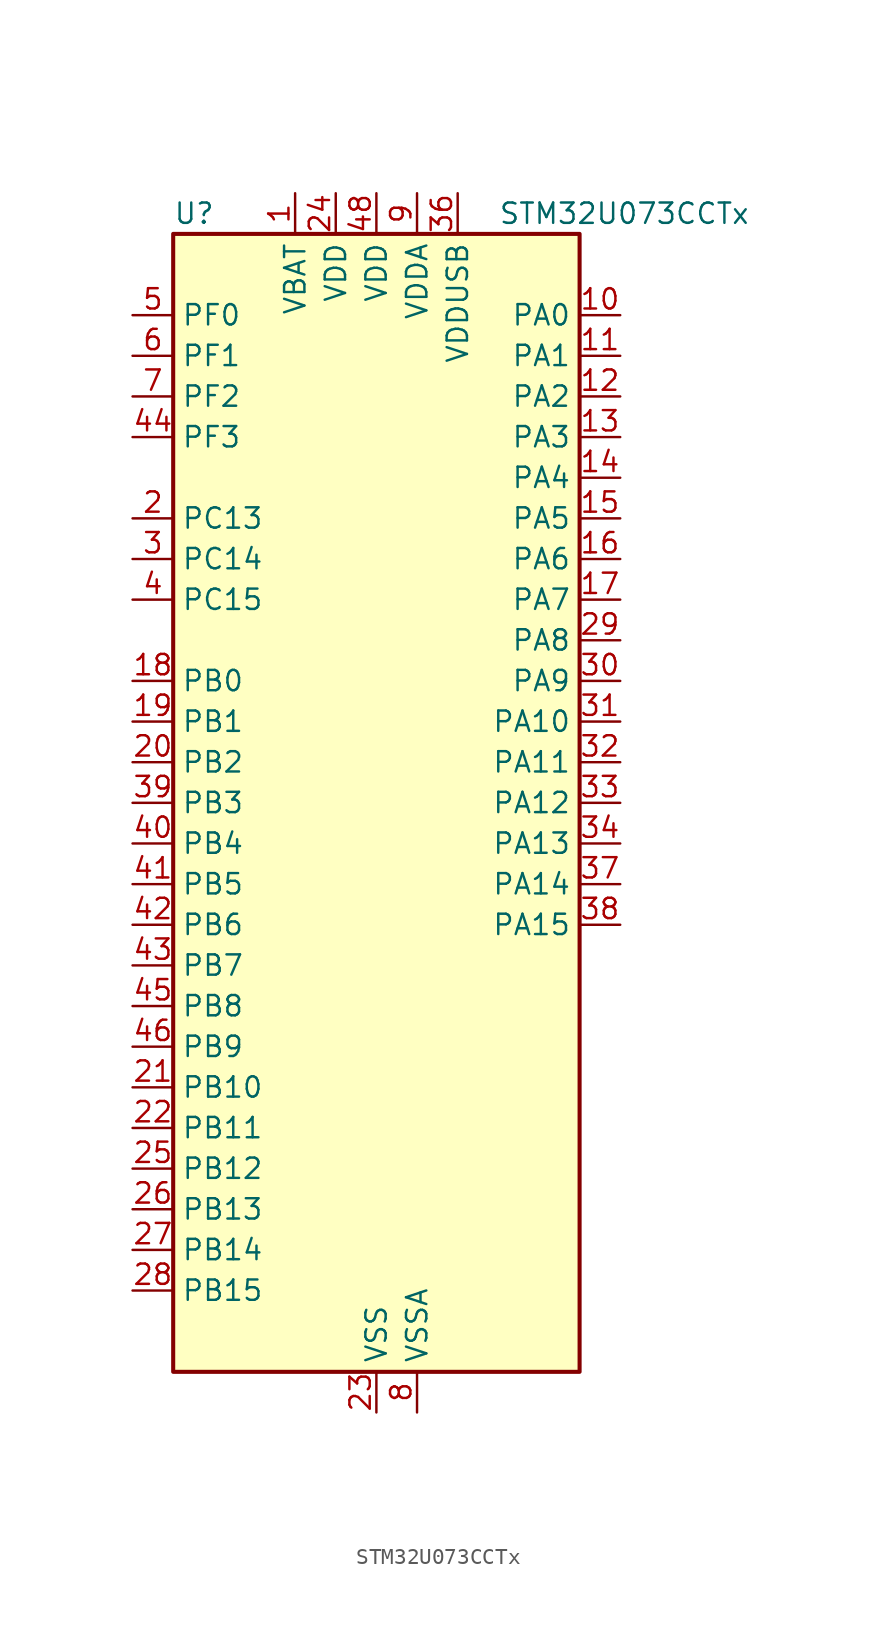
<source format=kicad_sym>
(kicad_symbol_lib
  (version 20241209)
  (generator "kicad_symbol_editor")
  (generator_version "9.0")
  (symbol "STM32U073CCTx"
    (property "Reference" "U"
      (at -12.7 36.83 0)
      (effects (font (size 1.27 1.27)) (justify left)))
    (property "Value" "STM32U073CCTx"
      (at 7.62 36.83 0)
      (effects (font (size 1.27 1.27)) (justify left)))
    (symbol "STM32U073CCTx_0_1"
      (rectangle (start -12.7 -35.56) (end 12.7 35.56) (stroke (width 0.254) (type default)) (fill (type background))))
    (symbol "STM32U073CCTx_1_1"
      (pin bidirectional line (at -15.24 30.48 0) (length 2.54) (name "PF0" (effects (font (size 1.27 1.27)))) (number "5" (effects (font (size 1.27 1.27)))) (alternate "RCC_OSC_IN" bidirectional line))
      (pin bidirectional line (at -15.24 27.94 0) (length 2.54) (name "PF1" (effects (font (size 1.27 1.27)))) (number "6" (effects (font (size 1.27 1.27)))) (alternate "RCC_OSC_EN" bidirectional line) (alternate "RCC_OSC_OUT" bidirectional line))
      (pin bidirectional line (at -15.24 25.4 0) (length 2.54) (name "PF2" (effects (font (size 1.27 1.27)))) (number "7" (effects (font (size 1.27 1.27)))) (alternate "RCC_MCO" bidirectional line))
      (pin bidirectional line (at -15.24 22.86 0) (length 2.54) (name "PF3" (effects (font (size 1.27 1.27)))) (number "44" (effects (font (size 1.27 1.27)))))
      (pin bidirectional line (at -15.24 17.78 0) (length 2.54) (name "PC13" (effects (font (size 1.27 1.27)))) (number "2" (effects (font (size 1.27 1.27)))) (alternate "LPTIM1_CH3" bidirectional line) (alternate "LPTIM3_CH3" bidirectional line) (alternate "PWR_WKUP2" bidirectional line) (alternate "RTC_OUT1" bidirectional line) (alternate "RTC_TS" bidirectional line) (alternate "TAMP_IN1" bidirectional line))
      (pin bidirectional line (at -15.24 15.24 0) (length 2.54) (name "PC14" (effects (font (size 1.27 1.27)))) (number "3" (effects (font (size 1.27 1.27)))) (alternate "RCC_OSC32_IN" bidirectional line))
      (pin bidirectional line (at -15.24 12.7 0) (length 2.54) (name "PC15" (effects (font (size 1.27 1.27)))) (number "4" (effects (font (size 1.27 1.27)))) (alternate "RCC_OSC32_EN" bidirectional line) (alternate "RCC_OSC32_OUT" bidirectional line) (alternate "RCC_OSC_EN" bidirectional line))
      (pin bidirectional line (at -15.24 7.62 0) (length 2.54) (name "PB0" (effects (font (size 1.27 1.27)))) (number "18" (effects (font (size 1.27 1.27)))) (alternate "ADC1_IN17" bidirectional line) (alternate "COMP1_OUT" bidirectional line) (alternate "LCD_SEG5" bidirectional line) (alternate "LPTIM3_CH1" bidirectional line) (alternate "LPUART2_CTS" bidirectional line) (alternate "SPI1_NSS" bidirectional line) (alternate "TIM1_CH2N" bidirectional line) (alternate "TIM3_CH3" bidirectional line) (alternate "TSC_G5_IO2" bidirectional line) (alternate "USART3_CK" bidirectional line))
      (pin bidirectional line (at -15.24 5.08 0) (length 2.54) (name "PB1" (effects (font (size 1.27 1.27)))) (number "19" (effects (font (size 1.27 1.27)))) (alternate "ADC1_IN18" bidirectional line) (alternate "COMP1_INM" bidirectional line) (alternate "LCD_SEG6" bidirectional line) (alternate "LPTIM2_IN1" bidirectional line) (alternate "LPTIM3_CH2" bidirectional line) (alternate "LPUART1_DE" bidirectional line) (alternate "LPUART1_RTS" bidirectional line) (alternate "LPUART2_DE" bidirectional line) (alternate "LPUART2_RTS" bidirectional line) (alternate "TIM1_CH3N" bidirectional line) (alternate "TIM3_CH4" bidirectional line) (alternate "TSC_SYNC" bidirectional line) (alternate "USART3_DE" bidirectional line) (alternate "USART3_RTS" bidirectional line))
      (pin bidirectional line (at -15.24 2.54 0) (length 2.54) (name "PB2" (effects (font (size 1.27 1.27)))) (number "20" (effects (font (size 1.27 1.27)))) (alternate "COMP1_INP" bidirectional line) (alternate "LCD_VLCD" bidirectional line) (alternate "LPTIM1_CH1" bidirectional line) (alternate "RTC_OUT2" bidirectional line))
      (pin bidirectional line (at -15.24 0 0) (length 2.54) (name "PB3" (effects (font (size 1.27 1.27)))) (number "39" (effects (font (size 1.27 1.27)))) (alternate "COMP2_INM" bidirectional line) (alternate "DEBUG_JTDO-SWO" bidirectional line) (alternate "I2C2_SCL" bidirectional line) (alternate "I2C3_SCL" bidirectional line) (alternate "LCD_SEG7" bidirectional line) (alternate "LPTIM1_CH3" bidirectional line) (alternate "SPI1_SCK" bidirectional line) (alternate "SPI3_SCK" bidirectional line) (alternate "TIM2_CH2" bidirectional line) (alternate "USART1_DE" bidirectional line) (alternate "USART1_RTS" bidirectional line))
      (pin bidirectional line (at -15.24 -2.54 0) (length 2.54) (name "PB4" (effects (font (size 1.27 1.27)))) (number "40" (effects (font (size 1.27 1.27)))) (alternate "COMP2_INP" bidirectional line) (alternate "I2C2_SDA" bidirectional line) (alternate "I2C3_SDA" bidirectional line) (alternate "LCD_SEG8" bidirectional line) (alternate "LPTIM1_CH4" bidirectional line) (alternate "LPUART3_DE" bidirectional line) (alternate "LPUART3_RTS" bidirectional line) (alternate "SPI1_MISO" bidirectional line) (alternate "SPI3_MISO" bidirectional line) (alternate "TIM3_CH1" bidirectional line) (alternate "TSC_G2_IO1" bidirectional line) (alternate "USART1_CTS" bidirectional line))
      (pin bidirectional line (at -15.24 -5.08 0) (length 2.54) (name "PB5" (effects (font (size 1.27 1.27)))) (number "41" (effects (font (size 1.27 1.27)))) (alternate "COMP2_OUT" bidirectional line) (alternate "LCD_SEG9" bidirectional line) (alternate "LPTIM1_IN1" bidirectional line) (alternate "LPUART3_CTS" bidirectional line) (alternate "SPI1_MOSI" bidirectional line) (alternate "SPI3_MOSI" bidirectional line) (alternate "TIM16_BKIN" bidirectional line) (alternate "TIM3_CH2" bidirectional line) (alternate "TSC_G2_IO2" bidirectional line) (alternate "USART1_CK" bidirectional line))
      (pin bidirectional line (at -15.24 -7.62 0) (length 2.54) (name "PB6" (effects (font (size 1.27 1.27)))) (number "42" (effects (font (size 1.27 1.27)))) (alternate "COMP2_INP" bidirectional line) (alternate "I2C1_SCL" bidirectional line) (alternate "I2C2_SCL" bidirectional line) (alternate "I2C4_SCL" bidirectional line) (alternate "LPTIM1_ETR" bidirectional line) (alternate "LPUART2_TX" bidirectional line) (alternate "LPUART3_TX" bidirectional line) (alternate "TIM16_CH1N" bidirectional line) (alternate "TSC_G2_IO3" bidirectional line) (alternate "USART1_TX" bidirectional line))
      (pin bidirectional line (at -15.24 -10.16 0) (length 2.54) (name "PB7" (effects (font (size 1.27 1.27)))) (number "43" (effects (font (size 1.27 1.27)))) (alternate "COMP2_INM" bidirectional line) (alternate "I2C1_SDA" bidirectional line) (alternate "I2C2_SDA" bidirectional line) (alternate "I2C4_SDA" bidirectional line) (alternate "LCD_SEG21" bidirectional line) (alternate "LPTIM1_IN2" bidirectional line) (alternate "LPUART2_RX" bidirectional line) (alternate "LPUART3_RX" bidirectional line) (alternate "PWR_PVD_IN" bidirectional line) (alternate "TSC_G2_IO4" bidirectional line) (alternate "USART1_RX" bidirectional line) (alternate "USART4_CTS" bidirectional line))
      (pin bidirectional line (at -15.24 -12.7 0) (length 2.54) (name "PB8" (effects (font (size 1.27 1.27)))) (number "45" (effects (font (size 1.27 1.27)))) (alternate "I2C1_SCL" bidirectional line) (alternate "I2C2_SCL" bidirectional line) (alternate "LCD_SEG16" bidirectional line) (alternate "LPTIM1_IN2" bidirectional line) (alternate "LPTIM3_IN2" bidirectional line) (alternate "TIM16_CH1" bidirectional line) (alternate "USART3_TX" bidirectional line))
      (pin bidirectional line (at -15.24 -15.24 0) (length 2.54) (name "PB9" (effects (font (size 1.27 1.27)))) (number "46" (effects (font (size 1.27 1.27)))) (alternate "DAC1_EXTI9" bidirectional line) (alternate "I2C1_SDA" bidirectional line) (alternate "I2C2_SDA" bidirectional line) (alternate "IR_OUT" bidirectional line) (alternate "LCD_COM3" bidirectional line) (alternate "LPTIM1_CH4" bidirectional line) (alternate "LPTIM3_CH4" bidirectional line) (alternate "SPI2_NSS" bidirectional line) (alternate "USART3_RX" bidirectional line))
      (pin bidirectional line (at -15.24 -17.78 0) (length 2.54) (name "PB10" (effects (font (size 1.27 1.27)))) (number "21" (effects (font (size 1.27 1.27)))) (alternate "COMP1_OUT" bidirectional line) (alternate "I2C2_SCL" bidirectional line) (alternate "I2C4_SCL" bidirectional line) (alternate "LCD_SEG10" bidirectional line) (alternate "LPTIM3_CH1" bidirectional line) (alternate "LPUART1_RX" bidirectional line) (alternate "LPUART2_RX" bidirectional line) (alternate "SPI2_SCK" bidirectional line) (alternate "TIM2_CH3" bidirectional line) (alternate "TSC_G5_IO3" bidirectional line) (alternate "USART3_TX" bidirectional line))
      (pin bidirectional line (at -15.24 -20.32 0) (length 2.54) (name "PB11" (effects (font (size 1.27 1.27)))) (number "22" (effects (font (size 1.27 1.27)))) (alternate "ADC1_EXTI11" bidirectional line) (alternate "COMP2_OUT" bidirectional line) (alternate "I2C2_SDA" bidirectional line) (alternate "I2C4_SDA" bidirectional line) (alternate "LCD_SEG11" bidirectional line) (alternate "LPUART1_TX" bidirectional line) (alternate "LPUART2_TX" bidirectional line) (alternate "TIM2_CH4" bidirectional line) (alternate "TSC_G5_IO4" bidirectional line) (alternate "USART3_RX" bidirectional line))
      (pin bidirectional line (at -15.24 -22.86 0) (length 2.54) (name "PB12" (effects (font (size 1.27 1.27)))) (number "25" (effects (font (size 1.27 1.27)))) (alternate "LCD_SEG12" bidirectional line) (alternate "LPUART1_DE" bidirectional line) (alternate "LPUART1_RTS" bidirectional line) (alternate "SPI2_NSS" bidirectional line) (alternate "TIM15_BKIN" bidirectional line) (alternate "TIM1_BKIN" bidirectional line) (alternate "TSC_G1_IO1" bidirectional line) (alternate "USART3_CK" bidirectional line))
      (pin bidirectional line (at -15.24 -25.4 0) (length 2.54) (name "PB13" (effects (font (size 1.27 1.27)))) (number "26" (effects (font (size 1.27 1.27)))) (alternate "I2C2_SCL" bidirectional line) (alternate "LCD_SEG13" bidirectional line) (alternate "LPTIM3_IN1" bidirectional line) (alternate "LPUART1_CTS" bidirectional line) (alternate "SPI2_SCK" bidirectional line) (alternate "TIM15_CH1N" bidirectional line) (alternate "TIM1_CH1N" bidirectional line) (alternate "TSC_G1_IO2" bidirectional line) (alternate "USART3_CTS" bidirectional line))
      (pin bidirectional line (at -15.24 -27.94 0) (length 2.54) (name "PB14" (effects (font (size 1.27 1.27)))) (number "27" (effects (font (size 1.27 1.27)))) (alternate "I2C2_SDA" bidirectional line) (alternate "LCD_SEG14" bidirectional line) (alternate "LPTIM3_ETR" bidirectional line) (alternate "SPI2_MISO" bidirectional line) (alternate "TIM15_CH1" bidirectional line) (alternate "TIM1_CH2N" bidirectional line) (alternate "TSC_G1_IO3" bidirectional line) (alternate "USART3_DE" bidirectional line) (alternate "USART3_RTS" bidirectional line))
      (pin bidirectional line (at -15.24 -30.48 0) (length 2.54) (name "PB15" (effects (font (size 1.27 1.27)))) (number "28" (effects (font (size 1.27 1.27)))) (alternate "LCD_SEG15" bidirectional line) (alternate "PWR_WKUP7" bidirectional line) (alternate "RTC_REFIN" bidirectional line) (alternate "SPI2_MOSI" bidirectional line) (alternate "TAMP_IN3" bidirectional line) (alternate "TIM15_CH2" bidirectional line) (alternate "TIM1_CH3N" bidirectional line) (alternate "TSC_G1_IO4" bidirectional line))
      (pin power_in line (at -5.08 38.1 270) (length 2.54) (name "VBAT" (effects (font (size 1.27 1.27)))) (number "1" (effects (font (size 1.27 1.27)))))
      (pin power_in line (at -2.54 38.1 270) (length 2.54) (name "VDD" (effects (font (size 1.27 1.27)))) (number "24" (effects (font (size 1.27 1.27)))))
      (pin power_in line (at 0 38.1 270) (length 2.54) (name "VDD" (effects (font (size 1.27 1.27)))) (number "48" (effects (font (size 1.27 1.27)))))
      (pin power_in line (at 0 -38.1 90) (length 2.54) (name "VSS" (effects (font (size 1.27 1.27)))) (number "23" (effects (font (size 1.27 1.27)))))
      (pin passive line (at 0 -38.1 90) (length 2.54) (hide yes) (name "VSS" (effects (font (size 1.27 1.27)))) (number "35" (effects (font (size 1.27 1.27)))))
      (pin passive line (at 0 -38.1 90) (length 2.54) (hide yes) (name "VSS" (effects (font (size 1.27 1.27)))) (number "47" (effects (font (size 1.27 1.27)))))
      (pin power_in line (at 2.54 38.1 270) (length 2.54) (name "VDDA" (effects (font (size 1.27 1.27)))) (number "9" (effects (font (size 1.27 1.27)))))
      (pin power_in line (at 2.54 -38.1 90) (length 2.54) (name "VSSA" (effects (font (size 1.27 1.27)))) (number "8" (effects (font (size 1.27 1.27)))))
      (pin power_in line (at 5.08 38.1 270) (length 2.54) (name "VDDUSB" (effects (font (size 1.27 1.27)))) (number "36" (effects (font (size 1.27 1.27)))))
      (pin bidirectional line (at 15.24 30.48 180) (length 2.54) (name "PA0" (effects (font (size 1.27 1.27)))) (number "10" (effects (font (size 1.27 1.27)))) (alternate "ADC1_IN4" bidirectional line) (alternate "COMP1_INM" bidirectional line) (alternate "COMP1_OUT" bidirectional line) (alternate "LCD_SEG42" bidirectional line) (alternate "OPAMP1_VINP" bidirectional line) (alternate "PWR_WKUP1" bidirectional line) (alternate "TAMP_IN2" bidirectional line) (alternate "TIM2_CH1" bidirectional line) (alternate "TIM2_ETR" bidirectional line) (alternate "USART2_CTS" bidirectional line) (alternate "USART4_TX" bidirectional line))
      (pin bidirectional line (at 15.24 27.94 180) (length 2.54) (name "PA1" (effects (font (size 1.27 1.27)))) (number "11" (effects (font (size 1.27 1.27)))) (alternate "ADC1_IN5" bidirectional line) (alternate "COMP1_INP" bidirectional line) (alternate "LCD_SEG0" bidirectional line) (alternate "LPTIM1_CH2" bidirectional line) (alternate "OPAMP1_VINM" bidirectional line) (alternate "PWR_WKUP3" bidirectional line) (alternate "SPI1_SCK" bidirectional line) (alternate "SPI2_SCK" bidirectional line) (alternate "TAMP_IN5" bidirectional line) (alternate "TIM15_CH1N" bidirectional line) (alternate "TIM2_CH2" bidirectional line) (alternate "USART2_DE" bidirectional line) (alternate "USART2_RTS" bidirectional line) (alternate "USART4_RX" bidirectional line))
      (pin bidirectional line (at 15.24 25.4 180) (length 2.54) (name "PA2" (effects (font (size 1.27 1.27)))) (number "12" (effects (font (size 1.27 1.27)))) (alternate "ADC1_IN6" bidirectional line) (alternate "COMP2_INM" bidirectional line) (alternate "COMP2_OUT" bidirectional line) (alternate "LCD_SEG1" bidirectional line) (alternate "LPUART1_TX" bidirectional line) (alternate "PWR_WKUP4" bidirectional line) (alternate "RCC_LSCO" bidirectional line) (alternate "TIM15_CH1" bidirectional line) (alternate "TIM2_CH3" bidirectional line) (alternate "USART2_TX" bidirectional line))
      (pin bidirectional line (at 15.24 22.86 180) (length 2.54) (name "PA3" (effects (font (size 1.27 1.27)))) (number "13" (effects (font (size 1.27 1.27)))) (alternate "ADC1_IN7" bidirectional line) (alternate "COMP2_INP" bidirectional line) (alternate "LCD_SEG2" bidirectional line) (alternate "LPUART1_RX" bidirectional line) (alternate "OPAMP1_VOUT" bidirectional line) (alternate "TIM15_CH2" bidirectional line) (alternate "TIM2_CH4" bidirectional line) (alternate "USART2_RX" bidirectional line))
      (pin bidirectional line (at 15.24 20.32 180) (length 2.54) (name "PA4" (effects (font (size 1.27 1.27)))) (number "14" (effects (font (size 1.27 1.27)))) (alternate "ADC1_IN8" bidirectional line) (alternate "COMP1_INM" bidirectional line) (alternate "COMP2_INM" bidirectional line) (alternate "DAC1_OUT1" bidirectional line) (alternate "LCD_SEG43" bidirectional line) (alternate "LPTIM2_CH1" bidirectional line) (alternate "LPUART3_TX" bidirectional line) (alternate "SPI1_NSS" bidirectional line) (alternate "SPI3_NSS" bidirectional line) (alternate "USART2_CK" bidirectional line))
      (pin bidirectional line (at 15.24 17.78 180) (length 2.54) (name "PA5" (effects (font (size 1.27 1.27)))) (number "15" (effects (font (size 1.27 1.27)))) (alternate "ADC1_IN9" bidirectional line) (alternate "COMP1_INM" bidirectional line) (alternate "COMP2_INM" bidirectional line) (alternate "LCD_SEG44" bidirectional line) (alternate "LPTIM2_ETR" bidirectional line) (alternate "LPUART3_RX" bidirectional line) (alternate "SPI1_SCK" bidirectional line) (alternate "TIM2_CH1" bidirectional line) (alternate "TIM2_ETR" bidirectional line) (alternate "USART3_TX" bidirectional line))
      (pin bidirectional line (at 15.24 15.24 180) (length 2.54) (name "PA6" (effects (font (size 1.27 1.27)))) (number "16" (effects (font (size 1.27 1.27)))) (alternate "ADC1_IN10" bidirectional line) (alternate "COMP1_OUT" bidirectional line) (alternate "I2C2_SDA" bidirectional line) (alternate "I2C3_SDA" bidirectional line) (alternate "LCD_SEG3" bidirectional line) (alternate "LPUART1_CTS" bidirectional line) (alternate "SPI1_MISO" bidirectional line) (alternate "TIM16_CH1" bidirectional line) (alternate "TIM1_BKIN" bidirectional line) (alternate "TIM3_CH1" bidirectional line) (alternate "TSC_G5_IO1" bidirectional line) (alternate "USART3_CTS" bidirectional line))
      (pin bidirectional line (at 15.24 12.7 180) (length 2.54) (name "PA7" (effects (font (size 1.27 1.27)))) (number "17" (effects (font (size 1.27 1.27)))) (alternate "ADC1_IN14" bidirectional line) (alternate "COMP2_OUT" bidirectional line) (alternate "I2C2_SCL" bidirectional line) (alternate "I2C3_SCL" bidirectional line) (alternate "LCD_SEG4" bidirectional line) (alternate "LPTIM2_CH2" bidirectional line) (alternate "SPI1_MOSI" bidirectional line) (alternate "TIM1_CH1N" bidirectional line) (alternate "TIM3_CH2" bidirectional line) (alternate "USART3_RX" bidirectional line))
      (pin bidirectional line (at 15.24 10.16 180) (length 2.54) (name "PA8" (effects (font (size 1.27 1.27)))) (number "29" (effects (font (size 1.27 1.27)))) (alternate "LCD_COM0" bidirectional line) (alternate "LPTIM2_CH1" bidirectional line) (alternate "RCC_MCO" bidirectional line) (alternate "RCC_MCO2" bidirectional line) (alternate "TIM1_CH1" bidirectional line) (alternate "TSC_G7_IO1" bidirectional line) (alternate "USART1_CK" bidirectional line))
      (pin bidirectional line (at 15.24 7.62 180) (length 2.54) (name "PA9" (effects (font (size 1.27 1.27)))) (number "30" (effects (font (size 1.27 1.27)))) (alternate "COMP1_INP" bidirectional line) (alternate "DAC1_EXTI9" bidirectional line) (alternate "I2C1_SCL" bidirectional line) (alternate "I2C2_SCL" bidirectional line) (alternate "LCD_COM1" bidirectional line) (alternate "RCC_MCO" bidirectional line) (alternate "TIM15_BKIN" bidirectional line) (alternate "TIM1_CH2" bidirectional line) (alternate "TSC_G7_IO2" bidirectional line) (alternate "USART1_TX" bidirectional line))
      (pin bidirectional line (at 15.24 5.08 180) (length 2.54) (name "PA10" (effects (font (size 1.27 1.27)))) (number "31" (effects (font (size 1.27 1.27)))) (alternate "CRS_SYNC" bidirectional line) (alternate "I2C1_SDA" bidirectional line) (alternate "I2C2_SDA" bidirectional line) (alternate "LCD_COM2" bidirectional line) (alternate "RCC_MCO2" bidirectional line) (alternate "SPI2_NSS" bidirectional line) (alternate "TIM1_CH3" bidirectional line) (alternate "TSC_G7_IO3" bidirectional line) (alternate "USART1_RX" bidirectional line))
      (pin bidirectional line (at 15.24 2.54 180) (length 2.54) (name "PA11" (effects (font (size 1.27 1.27)))) (number "32" (effects (font (size 1.27 1.27)))) (alternate "ADC1_EXTI11" bidirectional line) (alternate "COMP1_OUT" bidirectional line) (alternate "SPI1_MISO" bidirectional line) (alternate "SPI2_MISO" bidirectional line) (alternate "TIM1_BKIN2" bidirectional line) (alternate "TIM1_CH4" bidirectional line) (alternate "USART1_CTS" bidirectional line) (alternate "USB_DM" bidirectional line))
      (pin bidirectional line (at 15.24 0 180) (length 2.54) (name "PA12" (effects (font (size 1.27 1.27)))) (number "33" (effects (font (size 1.27 1.27)))) (alternate "SPI1_MOSI" bidirectional line) (alternate "SPI2_MOSI" bidirectional line) (alternate "TIM1_ETR" bidirectional line) (alternate "USART1_DE" bidirectional line) (alternate "USART1_RTS" bidirectional line) (alternate "USB_DP" bidirectional line))
      (pin bidirectional line (at 15.24 -2.54 180) (length 2.54) (name "PA13" (effects (font (size 1.27 1.27)))) (number "34" (effects (font (size 1.27 1.27)))) (alternate "DEBUG_JTMS-SWDIO" bidirectional line) (alternate "IR_OUT" bidirectional line) (alternate "LCD_SEG40" bidirectional line) (alternate "TSC_G7_IO4" bidirectional line) (alternate "USB_NOE" bidirectional line))
      (pin bidirectional line (at 15.24 -5.08 180) (length 2.54) (name "PA14" (effects (font (size 1.27 1.27)))) (number "37" (effects (font (size 1.27 1.27)))) (alternate "DEBUG_JTCK-SWCLK" bidirectional line) (alternate "LCD_SEG41" bidirectional line) (alternate "LPTIM1_CH1" bidirectional line) (alternate "TSC_G3_IO4" bidirectional line))
      (pin bidirectional line (at 15.24 -7.62 180) (length 2.54) (name "PA15" (effects (font (size 1.27 1.27)))) (number "38" (effects (font (size 1.27 1.27)))) (alternate "DEBUG_JTDI" bidirectional line) (alternate "LCD_SEG17" bidirectional line) (alternate "LPTIM3_CH3" bidirectional line) (alternate "LPTIM3_IN2" bidirectional line) (alternate "SPI1_NSS" bidirectional line) (alternate "SPI3_NSS" bidirectional line) (alternate "TIM2_CH1" bidirectional line) (alternate "TIM2_ETR" bidirectional line) (alternate "TSC_G3_IO1" bidirectional line) (alternate "USART2_RX" bidirectional line) (alternate "USART3_DE" bidirectional line) (alternate "USART3_RTS" bidirectional line) (alternate "USART4_DE" bidirectional line) (alternate "USART4_RTS" bidirectional line)))))
</source>
